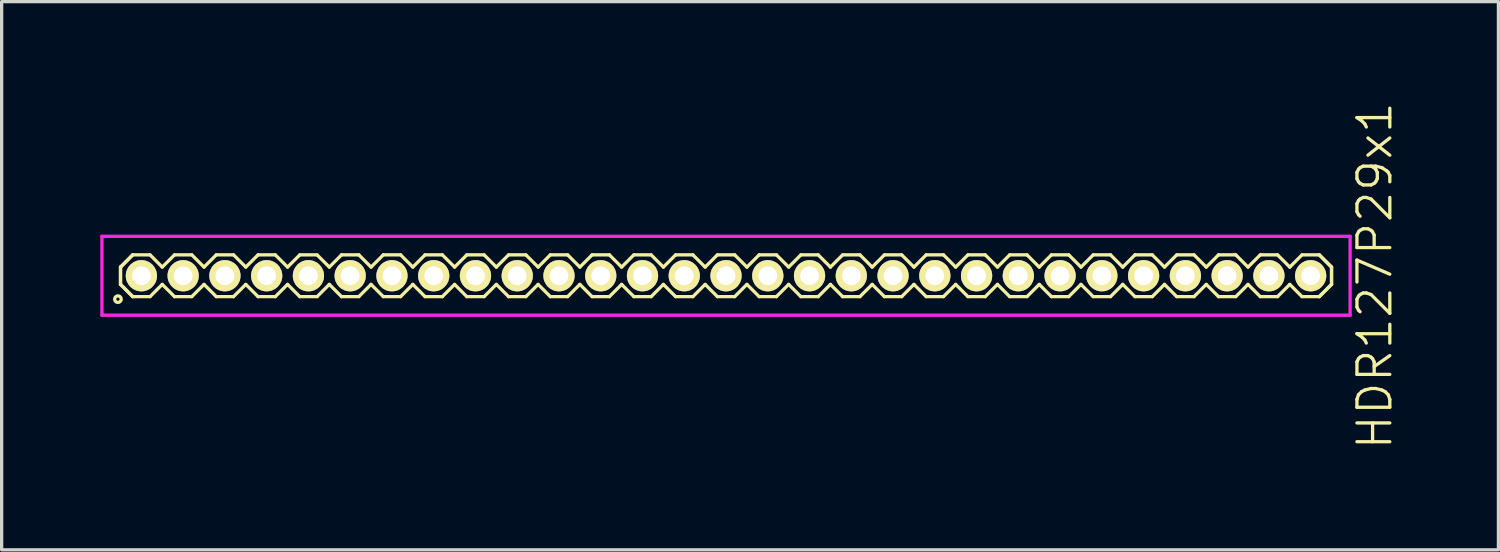
<source format=kicad_pcb>
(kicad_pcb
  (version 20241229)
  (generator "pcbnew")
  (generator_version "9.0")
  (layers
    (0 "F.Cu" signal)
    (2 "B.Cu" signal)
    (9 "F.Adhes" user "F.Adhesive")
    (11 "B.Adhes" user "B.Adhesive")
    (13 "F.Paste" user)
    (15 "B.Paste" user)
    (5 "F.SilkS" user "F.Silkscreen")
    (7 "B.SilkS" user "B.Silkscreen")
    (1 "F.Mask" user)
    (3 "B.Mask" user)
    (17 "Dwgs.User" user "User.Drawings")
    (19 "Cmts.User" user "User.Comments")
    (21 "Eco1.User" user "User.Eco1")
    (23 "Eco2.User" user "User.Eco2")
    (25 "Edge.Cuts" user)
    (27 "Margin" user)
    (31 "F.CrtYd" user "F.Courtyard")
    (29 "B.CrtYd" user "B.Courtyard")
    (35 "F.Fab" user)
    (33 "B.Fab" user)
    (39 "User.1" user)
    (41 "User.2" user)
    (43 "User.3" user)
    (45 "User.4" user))
  (footprint "HDR127P29x1"
    (layer "F.Cu")
    (at 19.03 5.336)
    (property "Reference" "HDR127P29x1" (at 19.73 0 90) (layer "F.SilkS") (effects (font (size 1 1) (thickness 0.1))))
    (attr through_hole)
    (fp_line (start -18.415 -0.263) (end -18.043 -0.635) (stroke (width 0.1) (type solid)) (layer "F.SilkS"))
    (fp_line (start -18.415 -0.263) (end -18.043 -0.635) (stroke (width 0.1) (type solid)) (layer "F.SilkS"))
    (fp_line (start -18.415 0.263) (end -18.415 -0.263) (stroke (width 0.1) (type solid)) (layer "F.SilkS"))
    (fp_line (start -18.415 0.263) (end -18.415 -0.263) (stroke (width 0.1) (type solid)) (layer "F.SilkS"))
    (fp_line (start -18.043 -0.635) (end -17.517 -0.635) (stroke (width 0.1) (type solid)) (layer "F.SilkS"))
    (fp_line (start -18.043 0.635) (end -18.415 0.263) (stroke (width 0.1) (type solid)) (layer "F.SilkS"))
    (fp_line (start -18.043 0.635) (end -18.415 0.263) (stroke (width 0.1) (type solid)) (layer "F.SilkS"))
    (fp_line (start -17.517 -0.635) (end -17.145 -0.263) (stroke (width 0.1) (type solid)) (layer "F.SilkS"))
    (fp_line (start -17.517 0.635) (end -18.043 0.635) (stroke (width 0.1) (type solid)) (layer "F.SilkS"))
    (fp_line (start -17.145 -0.263) (end -16.773 -0.635) (stroke (width 0.1) (type solid)) (layer "F.SilkS"))
    (fp_line (start -17.145 0.263) (end -17.517 0.635) (stroke (width 0.1) (type solid)) (layer "F.SilkS"))
    (fp_line (start -16.773 -0.635) (end -16.247 -0.635) (stroke (width 0.1) (type solid)) (layer "F.SilkS"))
    (fp_line (start -16.773 0.635) (end -17.145 0.263) (stroke (width 0.1) (type solid)) (layer "F.SilkS"))
    (fp_line (start -16.247 -0.635) (end -15.875 -0.263) (stroke (width 0.1) (type solid)) (layer "F.SilkS"))
    (fp_line (start -16.247 0.635) (end -16.773 0.635) (stroke (width 0.1) (type solid)) (layer "F.SilkS"))
    (fp_line (start -15.875 -0.263) (end -15.503 -0.635) (stroke (width 0.1) (type solid)) (layer "F.SilkS"))
    (fp_line (start -15.875 0.263) (end -16.247 0.635) (stroke (width 0.1) (type solid)) (layer "F.SilkS"))
    (fp_line (start -15.503 -0.635) (end -14.977 -0.635) (stroke (width 0.1) (type solid)) (layer "F.SilkS"))
    (fp_line (start -15.503 0.635) (end -15.875 0.263) (stroke (width 0.1) (type solid)) (layer "F.SilkS"))
    (fp_line (start -14.977 -0.635) (end -14.605 -0.263) (stroke (width 0.1) (type solid)) (layer "F.SilkS"))
    (fp_line (start -14.977 0.635) (end -15.503 0.635) (stroke (width 0.1) (type solid)) (layer "F.SilkS"))
    (fp_line (start -14.605 -0.263) (end -14.233 -0.635) (stroke (width 0.1) (type solid)) (layer "F.SilkS"))
    (fp_line (start -14.605 0.263) (end -14.977 0.635) (stroke (width 0.1) (type solid)) (layer "F.SilkS"))
    (fp_line (start -14.233 -0.635) (end -13.707 -0.635) (stroke (width 0.1) (type solid)) (layer "F.SilkS"))
    (fp_line (start -14.233 0.635) (end -14.605 0.263) (stroke (width 0.1) (type solid)) (layer "F.SilkS"))
    (fp_line (start -13.707 -0.635) (end -13.335 -0.263) (stroke (width 0.1) (type solid)) (layer "F.SilkS"))
    (fp_line (start -13.707 0.635) (end -14.233 0.635) (stroke (width 0.1) (type solid)) (layer "F.SilkS"))
    (fp_line (start -13.335 -0.263) (end -12.963 -0.635) (stroke (width 0.1) (type solid)) (layer "F.SilkS"))
    (fp_line (start -13.335 0.263) (end -13.707 0.635) (stroke (width 0.1) (type solid)) (layer "F.SilkS"))
    (fp_line (start -12.963 -0.635) (end -12.437 -0.635) (stroke (width 0.1) (type solid)) (layer "F.SilkS"))
    (fp_line (start -12.963 0.635) (end -13.335 0.263) (stroke (width 0.1) (type solid)) (layer "F.SilkS"))
    (fp_line (start -12.437 -0.635) (end -12.065 -0.263) (stroke (width 0.1) (type solid)) (layer "F.SilkS"))
    (fp_line (start -12.437 0.635) (end -12.963 0.635) (stroke (width 0.1) (type solid)) (layer "F.SilkS"))
    (fp_line (start -12.065 -0.263) (end -11.693 -0.635) (stroke (width 0.1) (type solid)) (layer "F.SilkS"))
    (fp_line (start -12.065 0.263) (end -12.437 0.635) (stroke (width 0.1) (type solid)) (layer "F.SilkS"))
    (fp_line (start -11.693 -0.635) (end -11.167 -0.635) (stroke (width 0.1) (type solid)) (layer "F.SilkS"))
    (fp_line (start -11.693 0.635) (end -12.065 0.263) (stroke (width 0.1) (type solid)) (layer "F.SilkS"))
    (fp_line (start -11.167 -0.635) (end -10.795 -0.263) (stroke (width 0.1) (type solid)) (layer "F.SilkS"))
    (fp_line (start -11.167 0.635) (end -11.693 0.635) (stroke (width 0.1) (type solid)) (layer "F.SilkS"))
    (fp_line (start -10.795 -0.263) (end -10.423 -0.635) (stroke (width 0.1) (type solid)) (layer "F.SilkS"))
    (fp_line (start -10.795 0.263) (end -11.167 0.635) (stroke (width 0.1) (type solid)) (layer "F.SilkS"))
    (fp_line (start -10.423 -0.635) (end -9.897 -0.635) (stroke (width 0.1) (type solid)) (layer "F.SilkS"))
    (fp_line (start -10.423 0.635) (end -10.795 0.263) (stroke (width 0.1) (type solid)) (layer "F.SilkS"))
    (fp_line (start -9.897 -0.635) (end -9.525 -0.263) (stroke (width 0.1) (type solid)) (layer "F.SilkS"))
    (fp_line (start -9.897 0.635) (end -10.423 0.635) (stroke (width 0.1) (type solid)) (layer "F.SilkS"))
    (fp_line (start -9.525 -0.263) (end -9.153 -0.635) (stroke (width 0.1) (type solid)) (layer "F.SilkS"))
    (fp_line (start -9.525 0.263) (end -9.897 0.635) (stroke (width 0.1) (type solid)) (layer "F.SilkS"))
    (fp_line (start -9.153 -0.635) (end -8.627 -0.635) (stroke (width 0.1) (type solid)) (layer "F.SilkS"))
    (fp_line (start -9.153 0.635) (end -9.525 0.263) (stroke (width 0.1) (type solid)) (layer "F.SilkS"))
    (fp_line (start -8.627 -0.635) (end -8.255 -0.263) (stroke (width 0.1) (type solid)) (layer "F.SilkS"))
    (fp_line (start -8.627 0.635) (end -9.153 0.635) (stroke (width 0.1) (type solid)) (layer "F.SilkS"))
    (fp_line (start -8.255 -0.263) (end -7.883 -0.635) (stroke (width 0.1) (type solid)) (layer "F.SilkS"))
    (fp_line (start -8.255 0.263) (end -8.627 0.635) (stroke (width 0.1) (type solid)) (layer "F.SilkS"))
    (fp_line (start -7.883 -0.635) (end -7.357 -0.635) (stroke (width 0.1) (type solid)) (layer "F.SilkS"))
    (fp_line (start -7.883 0.635) (end -8.255 0.263) (stroke (width 0.1) (type solid)) (layer "F.SilkS"))
    (fp_line (start -7.357 -0.635) (end -6.985 -0.263) (stroke (width 0.1) (type solid)) (layer "F.SilkS"))
    (fp_line (start -7.357 0.635) (end -7.883 0.635) (stroke (width 0.1) (type solid)) (layer "F.SilkS"))
    (fp_line (start -6.985 -0.263) (end -6.613 -0.635) (stroke (width 0.1) (type solid)) (layer "F.SilkS"))
    (fp_line (start -6.985 0.263) (end -7.357 0.635) (stroke (width 0.1) (type solid)) (layer "F.SilkS"))
    (fp_line (start -6.613 -0.635) (end -6.087 -0.635) (stroke (width 0.1) (type solid)) (layer "F.SilkS"))
    (fp_line (start -6.613 0.635) (end -6.985 0.263) (stroke (width 0.1) (type solid)) (layer "F.SilkS"))
    (fp_line (start -6.087 -0.635) (end -5.715 -0.263) (stroke (width 0.1) (type solid)) (layer "F.SilkS"))
    (fp_line (start -6.087 0.635) (end -6.613 0.635) (stroke (width 0.1) (type solid)) (layer "F.SilkS"))
    (fp_line (start -5.715 -0.263) (end -5.343 -0.635) (stroke (width 0.1) (type solid)) (layer "F.SilkS"))
    (fp_line (start -5.715 0.263) (end -6.087 0.635) (stroke (width 0.1) (type solid)) (layer "F.SilkS"))
    (fp_line (start -5.343 -0.635) (end -4.817 -0.635) (stroke (width 0.1) (type solid)) (layer "F.SilkS"))
    (fp_line (start -5.343 0.635) (end -5.715 0.263) (stroke (width 0.1) (type solid)) (layer "F.SilkS"))
    (fp_line (start -4.817 -0.635) (end -4.445 -0.263) (stroke (width 0.1) (type solid)) (layer "F.SilkS"))
    (fp_line (start -4.817 0.635) (end -5.343 0.635) (stroke (width 0.1) (type solid)) (layer "F.SilkS"))
    (fp_line (start -4.445 -0.263) (end -4.073 -0.635) (stroke (width 0.1) (type solid)) (layer "F.SilkS"))
    (fp_line (start -4.445 0.263) (end -4.817 0.635) (stroke (width 0.1) (type solid)) (layer "F.SilkS"))
    (fp_line (start -4.073 -0.635) (end -3.547 -0.635) (stroke (width 0.1) (type solid)) (layer "F.SilkS"))
    (fp_line (start -4.073 0.635) (end -4.445 0.263) (stroke (width 0.1) (type solid)) (layer "F.SilkS"))
    (fp_line (start -3.547 -0.635) (end -3.175 -0.263) (stroke (width 0.1) (type solid)) (layer "F.SilkS"))
    (fp_line (start -3.547 0.635) (end -4.073 0.635) (stroke (width 0.1) (type solid)) (layer "F.SilkS"))
    (fp_line (start -3.175 -0.263) (end -2.803 -0.635) (stroke (width 0.1) (type solid)) (layer "F.SilkS"))
    (fp_line (start -3.175 0.263) (end -3.547 0.635) (stroke (width 0.1) (type solid)) (layer "F.SilkS"))
    (fp_line (start -2.803 -0.635) (end -2.277 -0.635) (stroke (width 0.1) (type solid)) (layer "F.SilkS"))
    (fp_line (start -2.803 0.635) (end -3.175 0.263) (stroke (width 0.1) (type solid)) (layer "F.SilkS"))
    (fp_line (start -2.277 -0.635) (end -1.905 -0.263) (stroke (width 0.1) (type solid)) (layer "F.SilkS"))
    (fp_line (start -2.277 0.635) (end -2.803 0.635) (stroke (width 0.1) (type solid)) (layer "F.SilkS"))
    (fp_line (start -1.905 -0.263) (end -1.533 -0.635) (stroke (width 0.1) (type solid)) (layer "F.SilkS"))
    (fp_line (start -1.905 0.263) (end -2.277 0.635) (stroke (width 0.1) (type solid)) (layer "F.SilkS"))
    (fp_line (start -1.533 -0.635) (end -1.007 -0.635) (stroke (width 0.1) (type solid)) (layer "F.SilkS"))
    (fp_line (start -1.533 0.635) (end -1.905 0.263) (stroke (width 0.1) (type solid)) (layer "F.SilkS"))
    (fp_line (start -1.007 -0.635) (end -0.635 -0.263) (stroke (width 0.1) (type solid)) (layer "F.SilkS"))
    (fp_line (start -1.007 0.635) (end -1.533 0.635) (stroke (width 0.1) (type solid)) (layer "F.SilkS"))
    (fp_line (start -0.635 -0.263) (end -0.263 -0.635) (stroke (width 0.1) (type solid)) (layer "F.SilkS"))
    (fp_line (start -0.635 0.263) (end -1.007 0.635) (stroke (width 0.1) (type solid)) (layer "F.SilkS"))
    (fp_line (start -0.263 -0.635) (end 0.263 -0.635) (stroke (width 0.1) (type solid)) (layer "F.SilkS"))
    (fp_line (start -0.263 0.635) (end -0.635 0.263) (stroke (width 0.1) (type solid)) (layer "F.SilkS"))
    (fp_line (start 0.263 -0.635) (end 0.635 -0.263) (stroke (width 0.1) (type solid)) (layer "F.SilkS"))
    (fp_line (start 0.263 0.635) (end -0.263 0.635) (stroke (width 0.1) (type solid)) (layer "F.SilkS"))
    (fp_line (start 0.635 -0.263) (end 1.007 -0.635) (stroke (width 0.1) (type solid)) (layer "F.SilkS"))
    (fp_line (start 0.635 0.263) (end 0.263 0.635) (stroke (width 0.1) (type solid)) (layer "F.SilkS"))
    (fp_line (start 1.007 -0.635) (end 1.533 -0.635) (stroke (width 0.1) (type solid)) (layer "F.SilkS"))
    (fp_line (start 1.007 0.635) (end 0.635 0.263) (stroke (width 0.1) (type solid)) (layer "F.SilkS"))
    (fp_line (start 1.533 -0.635) (end 1.905 -0.263) (stroke (width 0.1) (type solid)) (layer "F.SilkS"))
    (fp_line (start 1.533 0.635) (end 1.007 0.635) (stroke (width 0.1) (type solid)) (layer "F.SilkS"))
    (fp_line (start 1.905 -0.263) (end 2.277 -0.635) (stroke (width 0.1) (type solid)) (layer "F.SilkS"))
    (fp_line (start 1.905 0.263) (end 1.533 0.635) (stroke (width 0.1) (type solid)) (layer "F.SilkS"))
    (fp_line (start 2.277 -0.635) (end 2.803 -0.635) (stroke (width 0.1) (type solid)) (layer "F.SilkS"))
    (fp_line (start 2.277 0.635) (end 1.905 0.263) (stroke (width 0.1) (type solid)) (layer "F.SilkS"))
    (fp_line (start 2.803 -0.635) (end 3.175 -0.263) (stroke (width 0.1) (type solid)) (layer "F.SilkS"))
    (fp_line (start 2.803 0.635) (end 2.277 0.635) (stroke (width 0.1) (type solid)) (layer "F.SilkS"))
    (fp_line (start 3.175 -0.263) (end 3.547 -0.635) (stroke (width 0.1) (type solid)) (layer "F.SilkS"))
    (fp_line (start 3.175 0.263) (end 2.803 0.635) (stroke (width 0.1) (type solid)) (layer "F.SilkS"))
    (fp_line (start 3.547 -0.635) (end 4.073 -0.635) (stroke (width 0.1) (type solid)) (layer "F.SilkS"))
    (fp_line (start 3.547 0.635) (end 3.175 0.263) (stroke (width 0.1) (type solid)) (layer "F.SilkS"))
    (fp_line (start 4.073 -0.635) (end 4.445 -0.263) (stroke (width 0.1) (type solid)) (layer "F.SilkS"))
    (fp_line (start 4.073 0.635) (end 3.547 0.635) (stroke (width 0.1) (type solid)) (layer "F.SilkS"))
    (fp_line (start 4.445 -0.263) (end 4.817 -0.635) (stroke (width 0.1) (type solid)) (layer "F.SilkS"))
    (fp_line (start 4.445 0.263) (end 4.073 0.635) (stroke (width 0.1) (type solid)) (layer "F.SilkS"))
    (fp_line (start 4.817 -0.635) (end 5.343 -0.635) (stroke (width 0.1) (type solid)) (layer "F.SilkS"))
    (fp_line (start 4.817 0.635) (end 4.445 0.263) (stroke (width 0.1) (type solid)) (layer "F.SilkS"))
    (fp_line (start 5.343 -0.635) (end 5.715 -0.263) (stroke (width 0.1) (type solid)) (layer "F.SilkS"))
    (fp_line (start 5.343 0.635) (end 4.817 0.635) (stroke (width 0.1) (type solid)) (layer "F.SilkS"))
    (fp_line (start 5.715 -0.263) (end 6.087 -0.635) (stroke (width 0.1) (type solid)) (layer "F.SilkS"))
    (fp_line (start 5.715 0.263) (end 5.343 0.635) (stroke (width 0.1) (type solid)) (layer "F.SilkS"))
    (fp_line (start 6.087 -0.635) (end 6.613 -0.635) (stroke (width 0.1) (type solid)) (layer "F.SilkS"))
    (fp_line (start 6.087 0.635) (end 5.715 0.263) (stroke (width 0.1) (type solid)) (layer "F.SilkS"))
    (fp_line (start 6.613 -0.635) (end 6.985 -0.263) (stroke (width 0.1) (type solid)) (layer "F.SilkS"))
    (fp_line (start 6.613 0.635) (end 6.087 0.635) (stroke (width 0.1) (type solid)) (layer "F.SilkS"))
    (fp_line (start 6.985 -0.263) (end 7.357 -0.635) (stroke (width 0.1) (type solid)) (layer "F.SilkS"))
    (fp_line (start 6.985 0.263) (end 6.613 0.635) (stroke (width 0.1) (type solid)) (layer "F.SilkS"))
    (fp_line (start 7.357 -0.635) (end 7.883 -0.635) (stroke (width 0.1) (type solid)) (layer "F.SilkS"))
    (fp_line (start 7.357 0.635) (end 6.985 0.263) (stroke (width 0.1) (type solid)) (layer "F.SilkS"))
    (fp_line (start 7.883 -0.635) (end 8.255 -0.263) (stroke (width 0.1) (type solid)) (layer "F.SilkS"))
    (fp_line (start 7.883 0.635) (end 7.357 0.635) (stroke (width 0.1) (type solid)) (layer "F.SilkS"))
    (fp_line (start 8.255 -0.263) (end 8.627 -0.635) (stroke (width 0.1) (type solid)) (layer "F.SilkS"))
    (fp_line (start 8.255 0.263) (end 7.883 0.635) (stroke (width 0.1) (type solid)) (layer "F.SilkS"))
    (fp_line (start 8.627 -0.635) (end 9.153 -0.635) (stroke (width 0.1) (type solid)) (layer "F.SilkS"))
    (fp_line (start 8.627 0.635) (end 8.255 0.263) (stroke (width 0.1) (type solid)) (layer "F.SilkS"))
    (fp_line (start 9.153 -0.635) (end 9.525 -0.263) (stroke (width 0.1) (type solid)) (layer "F.SilkS"))
    (fp_line (start 9.153 0.635) (end 8.627 0.635) (stroke (width 0.1) (type solid)) (layer "F.SilkS"))
    (fp_line (start 9.525 -0.263) (end 9.897 -0.635) (stroke (width 0.1) (type solid)) (layer "F.SilkS"))
    (fp_line (start 9.525 0.263) (end 9.153 0.635) (stroke (width 0.1) (type solid)) (layer "F.SilkS"))
    (fp_line (start 9.897 -0.635) (end 10.423 -0.635) (stroke (width 0.1) (type solid)) (layer "F.SilkS"))
    (fp_line (start 9.897 0.635) (end 9.525 0.263) (stroke (width 0.1) (type solid)) (layer "F.SilkS"))
    (fp_line (start 10.423 -0.635) (end 10.795 -0.263) (stroke (width 0.1) (type solid)) (layer "F.SilkS"))
    (fp_line (start 10.423 0.635) (end 9.897 0.635) (stroke (width 0.1) (type solid)) (layer "F.SilkS"))
    (fp_line (start 10.795 -0.263) (end 11.167 -0.635) (stroke (width 0.1) (type solid)) (layer "F.SilkS"))
    (fp_line (start 10.795 0.263) (end 10.423 0.635) (stroke (width 0.1) (type solid)) (layer "F.SilkS"))
    (fp_line (start 11.167 -0.635) (end 11.693 -0.635) (stroke (width 0.1) (type solid)) (layer "F.SilkS"))
    (fp_line (start 11.167 0.635) (end 10.795 0.263) (stroke (width 0.1) (type solid)) (layer "F.SilkS"))
    (fp_line (start 11.693 -0.635) (end 12.065 -0.263) (stroke (width 0.1) (type solid)) (layer "F.SilkS"))
    (fp_line (start 11.693 0.635) (end 11.167 0.635) (stroke (width 0.1) (type solid)) (layer "F.SilkS"))
    (fp_line (start 12.065 -0.263) (end 12.437 -0.635) (stroke (width 0.1) (type solid)) (layer "F.SilkS"))
    (fp_line (start 12.065 0.263) (end 11.693 0.635) (stroke (width 0.1) (type solid)) (layer "F.SilkS"))
    (fp_line (start 12.437 -0.635) (end 12.963 -0.635) (stroke (width 0.1) (type solid)) (layer "F.SilkS"))
    (fp_line (start 12.437 0.635) (end 12.065 0.263) (stroke (width 0.1) (type solid)) (layer "F.SilkS"))
    (fp_line (start 12.963 -0.635) (end 13.335 -0.263) (stroke (width 0.1) (type solid)) (layer "F.SilkS"))
    (fp_line (start 12.963 0.635) (end 12.437 0.635) (stroke (width 0.1) (type solid)) (layer "F.SilkS"))
    (fp_line (start 13.335 -0.263) (end 13.707 -0.635) (stroke (width 0.1) (type solid)) (layer "F.SilkS"))
    (fp_line (start 13.335 0.263) (end 12.963 0.635) (stroke (width 0.1) (type solid)) (layer "F.SilkS"))
    (fp_line (start 13.707 -0.635) (end 14.233 -0.635) (stroke (width 0.1) (type solid)) (layer "F.SilkS"))
    (fp_line (start 13.707 0.635) (end 13.335 0.263) (stroke (width 0.1) (type solid)) (layer "F.SilkS"))
    (fp_line (start 14.233 -0.635) (end 14.605 -0.263) (stroke (width 0.1) (type solid)) (layer "F.SilkS"))
    (fp_line (start 14.233 0.635) (end 13.707 0.635) (stroke (width 0.1) (type solid)) (layer "F.SilkS"))
    (fp_line (start 14.605 -0.263) (end 14.977 -0.635) (stroke (width 0.1) (type solid)) (layer "F.SilkS"))
    (fp_line (start 14.605 0.263) (end 14.233 0.635) (stroke (width 0.1) (type solid)) (layer "F.SilkS"))
    (fp_line (start 14.977 -0.635) (end 15.503 -0.635) (stroke (width 0.1) (type solid)) (layer "F.SilkS"))
    (fp_line (start 14.977 0.635) (end 14.605 0.263) (stroke (width 0.1) (type solid)) (layer "F.SilkS"))
    (fp_line (start 15.503 -0.635) (end 15.875 -0.263) (stroke (width 0.1) (type solid)) (layer "F.SilkS"))
    (fp_line (start 15.503 0.635) (end 14.977 0.635) (stroke (width 0.1) (type solid)) (layer "F.SilkS"))
    (fp_line (start 15.875 -0.263) (end 16.247 -0.635) (stroke (width 0.1) (type solid)) (layer "F.SilkS"))
    (fp_line (start 15.875 0.263) (end 15.503 0.635) (stroke (width 0.1) (type solid)) (layer "F.SilkS"))
    (fp_line (start 16.247 -0.635) (end 16.773 -0.635) (stroke (width 0.1) (type solid)) (layer "F.SilkS"))
    (fp_line (start 16.247 0.635) (end 15.875 0.263) (stroke (width 0.1) (type solid)) (layer "F.SilkS"))
    (fp_line (start 16.773 -0.635) (end 17.145 -0.263) (stroke (width 0.1) (type solid)) (layer "F.SilkS"))
    (fp_line (start 16.773 0.635) (end 16.247 0.635) (stroke (width 0.1) (type solid)) (layer "F.SilkS"))
    (fp_line (start 17.145 -0.263) (end 17.517 -0.635) (stroke (width 0.1) (type solid)) (layer "F.SilkS"))
    (fp_line (start 17.145 0.263) (end 16.773 0.635) (stroke (width 0.1) (type solid)) (layer "F.SilkS"))
    (fp_line (start 17.517 -0.635) (end 18.043 -0.635) (stroke (width 0.1) (type solid)) (layer "F.SilkS"))
    (fp_line (start 17.517 0.635) (end 17.145 0.263) (stroke (width 0.1) (type solid)) (layer "F.SilkS"))
    (fp_line (start 18.043 -0.635) (end 18.415 -0.263) (stroke (width 0.1) (type solid)) (layer "F.SilkS"))
    (fp_line (start 18.043 -0.635) (end 18.415 -0.263) (stroke (width 0.1) (type solid)) (layer "F.SilkS"))
    (fp_line (start 18.043 0.635) (end 17.517 0.635) (stroke (width 0.1) (type solid)) (layer "F.SilkS"))
    (fp_line (start 18.415 -0.263) (end 18.415 0.263) (stroke (width 0.1) (type solid)) (layer "F.SilkS"))
    (fp_line (start 18.415 -0.263) (end 18.415 0.263) (stroke (width 0.1) (type solid)) (layer "F.SilkS"))
    (fp_line (start 18.415 0.263) (end 18.043 0.635) (stroke (width 0.1) (type solid)) (layer "F.SilkS"))
    (fp_line (start 18.415 0.263) (end 18.043 0.635) (stroke (width 0.1) (type solid)) (layer "F.SilkS"))
    (fp_circle (center -18.493 0.712) (end -18.393 0.712) (stroke (width 0.1) (type solid)) (fill no) (layer "F.SilkS"))
    (fp_line (start -18.98 -1.2) (end -18.98 1.2) (stroke (width 0.1) (type solid)) (layer "F.CrtYd"))
    (fp_line (start -18.98 1.2) (end 18.98 1.2) (stroke (width 0.1) (type solid)) (layer "F.CrtYd"))
    (fp_line (start 18.98 -1.2) (end -18.98 -1.2) (stroke (width 0.1) (type solid)) (layer "F.CrtYd"))
    (fp_line (start 18.98 1.2) (end 18.98 -1.2) (stroke (width 0.1) (type solid)) (layer "F.CrtYd"))
    (pad "1" thru_hole oval (at -17.78 0) (size 0.95 0.95) (drill 0.57) (layers "*.Cu" "*.Mask" "F.SilkS"))
    (pad "2" thru_hole oval (at -16.51 0) (size 0.95 0.95) (drill 0.57) (layers "*.Cu" "*.Mask" "F.SilkS"))
    (pad "3" thru_hole oval (at -15.24 0) (size 0.95 0.95) (drill 0.57) (layers "*.Cu" "*.Mask" "F.SilkS"))
    (pad "4" thru_hole oval (at -13.97 0) (size 0.95 0.95) (drill 0.57) (layers "*.Cu" "*.Mask" "F.SilkS"))
    (pad "5" thru_hole oval (at -12.7 0) (size 0.95 0.95) (drill 0.57) (layers "*.Cu" "*.Mask" "F.SilkS"))
    (pad "6" thru_hole oval (at -11.43 0) (size 0.95 0.95) (drill 0.57) (layers "*.Cu" "*.Mask" "F.SilkS"))
    (pad "7" thru_hole oval (at -10.16 0) (size 0.95 0.95) (drill 0.57) (layers "*.Cu" "*.Mask" "F.SilkS"))
    (pad "8" thru_hole oval (at -8.89 0) (size 0.95 0.95) (drill 0.57) (layers "*.Cu" "*.Mask" "F.SilkS"))
    (pad "9" thru_hole oval (at -7.62 0) (size 0.95 0.95) (drill 0.57) (layers "*.Cu" "*.Mask" "F.SilkS"))
    (pad "10" thru_hole oval (at -6.35 0) (size 0.95 0.95) (drill 0.57) (layers "*.Cu" "*.Mask" "F.SilkS"))
    (pad "11" thru_hole oval (at -5.08 0) (size 0.95 0.95) (drill 0.57) (layers "*.Cu" "*.Mask" "F.SilkS"))
    (pad "12" thru_hole oval (at -3.81 0) (size 0.95 0.95) (drill 0.57) (layers "*.Cu" "*.Mask" "F.SilkS"))
    (pad "13" thru_hole oval (at -2.54 0) (size 0.95 0.95) (drill 0.57) (layers "*.Cu" "*.Mask" "F.SilkS"))
    (pad "14" thru_hole oval (at -1.27 0) (size 0.95 0.95) (drill 0.57) (layers "*.Cu" "*.Mask" "F.SilkS"))
    (pad "15" thru_hole oval (at 0 0) (size 0.95 0.95) (drill 0.57) (layers "*.Cu" "*.Mask" "F.SilkS"))
    (pad "16" thru_hole oval (at 1.27 0) (size 0.95 0.95) (drill 0.57) (layers "*.Cu" "*.Mask" "F.SilkS"))
    (pad "17" thru_hole oval (at 2.54 0) (size 0.95 0.95) (drill 0.57) (layers "*.Cu" "*.Mask" "F.SilkS"))
    (pad "18" thru_hole oval (at 3.81 0) (size 0.95 0.95) (drill 0.57) (layers "*.Cu" "*.Mask" "F.SilkS"))
    (pad "19" thru_hole oval (at 5.08 0) (size 0.95 0.95) (drill 0.57) (layers "*.Cu" "*.Mask" "F.SilkS"))
    (pad "20" thru_hole oval (at 6.35 0) (size 0.95 0.95) (drill 0.57) (layers "*.Cu" "*.Mask" "F.SilkS"))
    (pad "21" thru_hole oval (at 7.62 0) (size 0.95 0.95) (drill 0.57) (layers "*.Cu" "*.Mask" "F.SilkS"))
    (pad "22" thru_hole oval (at 8.89 0) (size 0.95 0.95) (drill 0.57) (layers "*.Cu" "*.Mask" "F.SilkS"))
    (pad "23" thru_hole oval (at 10.16 0) (size 0.95 0.95) (drill 0.57) (layers "*.Cu" "*.Mask" "F.SilkS"))
    (pad "24" thru_hole oval (at 11.43 0) (size 0.95 0.95) (drill 0.57) (layers "*.Cu" "*.Mask" "F.SilkS"))
    (pad "25" thru_hole oval (at 12.7 0) (size 0.95 0.95) (drill 0.57) (layers "*.Cu" "*.Mask" "F.SilkS"))
    (pad "26" thru_hole oval (at 13.97 0) (size 0.95 0.95) (drill 0.57) (layers "*.Cu" "*.Mask" "F.SilkS"))
    (pad "27" thru_hole oval (at 15.24 0) (size 0.95 0.95) (drill 0.57) (layers "*.Cu" "*.Mask" "F.SilkS"))
    (pad "28" thru_hole oval (at 16.51 0) (size 0.95 0.95) (drill 0.57) (layers "*.Cu" "*.Mask" "F.SilkS"))
    (pad "29" thru_hole oval (at 17.78 0) (size 0.95 0.95) (drill 0.57) (layers "*.Cu" "*.Mask" "F.SilkS")))
  (gr_rect
    (start -3 -3)
    (end 42.52 13.671)
    (stroke (width 0.1) (type default))
    (fill no)
    (layer "Edge.Cuts")))
</source>
